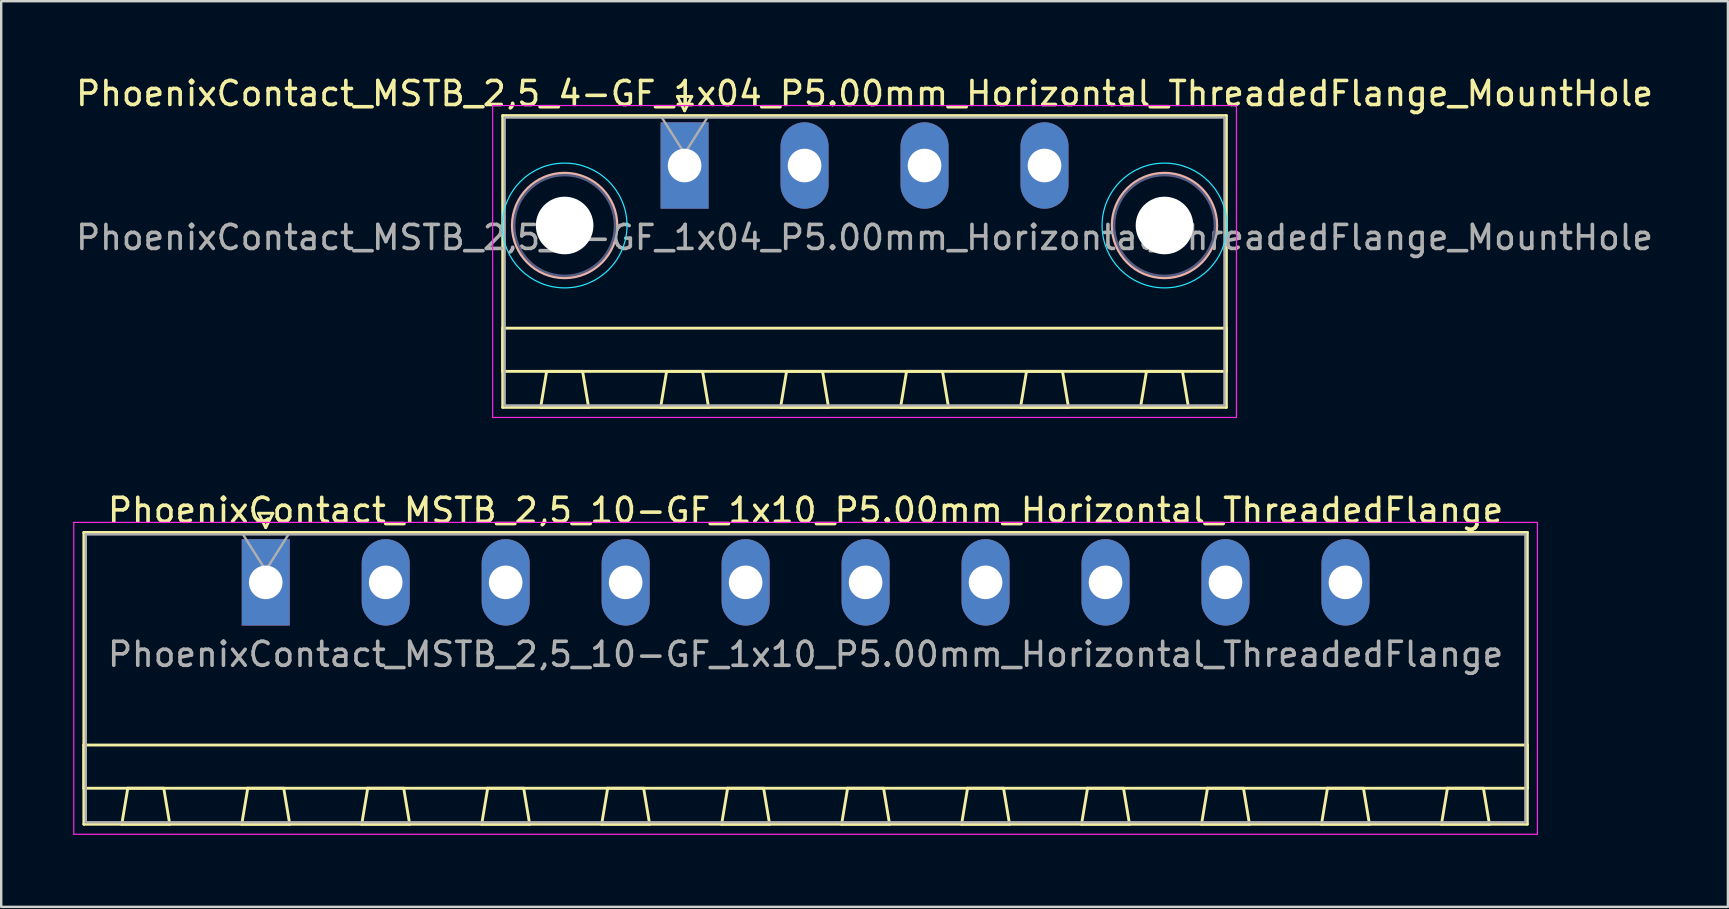
<source format=kicad_pcb>
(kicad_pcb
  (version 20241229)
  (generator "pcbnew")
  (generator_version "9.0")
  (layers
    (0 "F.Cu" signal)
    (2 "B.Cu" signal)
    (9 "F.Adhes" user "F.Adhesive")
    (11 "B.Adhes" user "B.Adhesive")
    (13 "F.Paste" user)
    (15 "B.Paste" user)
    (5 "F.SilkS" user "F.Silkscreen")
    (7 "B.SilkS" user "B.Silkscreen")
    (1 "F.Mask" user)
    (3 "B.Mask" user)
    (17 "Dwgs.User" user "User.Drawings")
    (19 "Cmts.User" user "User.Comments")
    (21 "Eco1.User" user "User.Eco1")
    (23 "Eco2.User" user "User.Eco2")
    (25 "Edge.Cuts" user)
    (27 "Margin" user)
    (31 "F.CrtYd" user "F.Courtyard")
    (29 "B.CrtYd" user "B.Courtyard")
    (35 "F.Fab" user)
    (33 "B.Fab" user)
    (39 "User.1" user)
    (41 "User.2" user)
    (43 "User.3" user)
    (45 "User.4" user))
  (footprint "PhoenixContact_MSTB_2,5_10-GF_1x10_P5.00mm_Horizontal_ThreadedFlange"
    (layer "F.Cu")
    (at 8.025 21.221)
    (property "Reference" "PhoenixContact_MSTB_2,5_10-GF_1x10_P5.00mm_Horizontal_ThreadedFlange" (at 22.5 -3 0) (layer "F.SilkS") (effects (font (size 1 1) (thickness 0.15))))
    (attr through_hole)
    (fp_line (start -7.58 -2.08) (end -7.58 10.08) (stroke (width 0.12) (type solid)) (layer "F.SilkS"))
    (fp_line (start -7.58 6.78) (end 52.58 6.78) (stroke (width 0.12) (type solid)) (layer "F.SilkS"))
    (fp_line (start -7.58 8.58) (end -7.58 6.78) (stroke (width 0.12) (type solid)) (layer "F.SilkS"))
    (fp_line (start -7.58 10.08) (end 52.58 10.08) (stroke (width 0.12) (type solid)) (layer "F.SilkS"))
    (fp_line (start -6 10.08) (end -4 10.08) (stroke (width 0.12) (type solid)) (layer "F.SilkS"))
    (fp_line (start -5.75 8.58) (end -6 10.08) (stroke (width 0.12) (type solid)) (layer "F.SilkS"))
    (fp_line (start -4.25 8.58) (end -5.75 8.58) (stroke (width 0.12) (type solid)) (layer "F.SilkS"))
    (fp_line (start -4 10.08) (end -4.25 8.58) (stroke (width 0.12) (type solid)) (layer "F.SilkS"))
    (fp_line (start -1 10.08) (end 1 10.08) (stroke (width 0.12) (type solid)) (layer "F.SilkS"))
    (fp_line (start -0.75 8.58) (end -1 10.08) (stroke (width 0.12) (type solid)) (layer "F.SilkS"))
    (fp_line (start -0.3 -2.88) (end 0.3 -2.88) (stroke (width 0.12) (type solid)) (layer "F.SilkS"))
    (fp_line (start 0 -2.28) (end -0.3 -2.88) (stroke (width 0.12) (type solid)) (layer "F.SilkS"))
    (fp_line (start 0.3 -2.88) (end 0 -2.28) (stroke (width 0.12) (type solid)) (layer "F.SilkS"))
    (fp_line (start 0.75 8.58) (end -0.75 8.58) (stroke (width 0.12) (type solid)) (layer "F.SilkS"))
    (fp_line (start 1 10.08) (end 0.75 8.58) (stroke (width 0.12) (type solid)) (layer "F.SilkS"))
    (fp_line (start 4 10.08) (end 6 10.08) (stroke (width 0.12) (type solid)) (layer "F.SilkS"))
    (fp_line (start 4.25 8.58) (end 4 10.08) (stroke (width 0.12) (type solid)) (layer "F.SilkS"))
    (fp_line (start 5.75 8.58) (end 4.25 8.58) (stroke (width 0.12) (type solid)) (layer "F.SilkS"))
    (fp_line (start 6 10.08) (end 5.75 8.58) (stroke (width 0.12) (type solid)) (layer "F.SilkS"))
    (fp_line (start 9 10.08) (end 11 10.08) (stroke (width 0.12) (type solid)) (layer "F.SilkS"))
    (fp_line (start 9.25 8.58) (end 9 10.08) (stroke (width 0.12) (type solid)) (layer "F.SilkS"))
    (fp_line (start 10.75 8.58) (end 9.25 8.58) (stroke (width 0.12) (type solid)) (layer "F.SilkS"))
    (fp_line (start 11 10.08) (end 10.75 8.58) (stroke (width 0.12) (type solid)) (layer "F.SilkS"))
    (fp_line (start 14 10.08) (end 16 10.08) (stroke (width 0.12) (type solid)) (layer "F.SilkS"))
    (fp_line (start 14.25 8.58) (end 14 10.08) (stroke (width 0.12) (type solid)) (layer "F.SilkS"))
    (fp_line (start 15.75 8.58) (end 14.25 8.58) (stroke (width 0.12) (type solid)) (layer "F.SilkS"))
    (fp_line (start 16 10.08) (end 15.75 8.58) (stroke (width 0.12) (type solid)) (layer "F.SilkS"))
    (fp_line (start 19 10.08) (end 21 10.08) (stroke (width 0.12) (type solid)) (layer "F.SilkS"))
    (fp_line (start 19.25 8.58) (end 19 10.08) (stroke (width 0.12) (type solid)) (layer "F.SilkS"))
    (fp_line (start 20.75 8.58) (end 19.25 8.58) (stroke (width 0.12) (type solid)) (layer "F.SilkS"))
    (fp_line (start 21 10.08) (end 20.75 8.58) (stroke (width 0.12) (type solid)) (layer "F.SilkS"))
    (fp_line (start 24 10.08) (end 26 10.08) (stroke (width 0.12) (type solid)) (layer "F.SilkS"))
    (fp_line (start 24.25 8.58) (end 24 10.08) (stroke (width 0.12) (type solid)) (layer "F.SilkS"))
    (fp_line (start 25.75 8.58) (end 24.25 8.58) (stroke (width 0.12) (type solid)) (layer "F.SilkS"))
    (fp_line (start 26 10.08) (end 25.75 8.58) (stroke (width 0.12) (type solid)) (layer "F.SilkS"))
    (fp_line (start 29 10.08) (end 31 10.08) (stroke (width 0.12) (type solid)) (layer "F.SilkS"))
    (fp_line (start 29.25 8.58) (end 29 10.08) (stroke (width 0.12) (type solid)) (layer "F.SilkS"))
    (fp_line (start 30.75 8.58) (end 29.25 8.58) (stroke (width 0.12) (type solid)) (layer "F.SilkS"))
    (fp_line (start 31 10.08) (end 30.75 8.58) (stroke (width 0.12) (type solid)) (layer "F.SilkS"))
    (fp_line (start 34 10.08) (end 36 10.08) (stroke (width 0.12) (type solid)) (layer "F.SilkS"))
    (fp_line (start 34.25 8.58) (end 34 10.08) (stroke (width 0.12) (type solid)) (layer "F.SilkS"))
    (fp_line (start 35.75 8.58) (end 34.25 8.58) (stroke (width 0.12) (type solid)) (layer "F.SilkS"))
    (fp_line (start 36 10.08) (end 35.75 8.58) (stroke (width 0.12) (type solid)) (layer "F.SilkS"))
    (fp_line (start 39 10.08) (end 41 10.08) (stroke (width 0.12) (type solid)) (layer "F.SilkS"))
    (fp_line (start 39.25 8.58) (end 39 10.08) (stroke (width 0.12) (type solid)) (layer "F.SilkS"))
    (fp_line (start 40.75 8.58) (end 39.25 8.58) (stroke (width 0.12) (type solid)) (layer "F.SilkS"))
    (fp_line (start 41 10.08) (end 40.75 8.58) (stroke (width 0.12) (type solid)) (layer "F.SilkS"))
    (fp_line (start 44 10.08) (end 46 10.08) (stroke (width 0.12) (type solid)) (layer "F.SilkS"))
    (fp_line (start 44.25 8.58) (end 44 10.08) (stroke (width 0.12) (type solid)) (layer "F.SilkS"))
    (fp_line (start 45.75 8.58) (end 44.25 8.58) (stroke (width 0.12) (type solid)) (layer "F.SilkS"))
    (fp_line (start 46 10.08) (end 45.75 8.58) (stroke (width 0.12) (type solid)) (layer "F.SilkS"))
    (fp_line (start 49 10.08) (end 51 10.08) (stroke (width 0.12) (type solid)) (layer "F.SilkS"))
    (fp_line (start 49.25 8.58) (end 49 10.08) (stroke (width 0.12) (type solid)) (layer "F.SilkS"))
    (fp_line (start 50.75 8.58) (end 49.25 8.58) (stroke (width 0.12) (type solid)) (layer "F.SilkS"))
    (fp_line (start 51 10.08) (end 50.75 8.58) (stroke (width 0.12) (type solid)) (layer "F.SilkS"))
    (fp_line (start 52.58 -2.08) (end -7.58 -2.08) (stroke (width 0.12) (type solid)) (layer "F.SilkS"))
    (fp_line (start 52.58 6.78) (end 52.58 8.58) (stroke (width 0.12) (type solid)) (layer "F.SilkS"))
    (fp_line (start 52.58 8.58) (end -7.58 8.58) (stroke (width 0.12) (type solid)) (layer "F.SilkS"))
    (fp_line (start 52.58 10.08) (end 52.58 -2.08) (stroke (width 0.12) (type solid)) (layer "F.SilkS"))
    (fp_line (start -8 -2.5) (end -8 10.5) (stroke (width 0.05) (type solid)) (layer "F.CrtYd"))
    (fp_line (start -8 10.5) (end 53 10.5) (stroke (width 0.05) (type solid)) (layer "F.CrtYd"))
    (fp_line (start 53 -2.5) (end -8 -2.5) (stroke (width 0.05) (type solid)) (layer "F.CrtYd"))
    (fp_line (start 53 10.5) (end 53 -2.5) (stroke (width 0.05) (type solid)) (layer "F.CrtYd"))
    (fp_line (start -7.5 -2) (end -7.5 10) (stroke (width 0.1) (type solid)) (layer "F.Fab"))
    (fp_line (start -7.5 10) (end 52.5 10) (stroke (width 0.1) (type solid)) (layer "F.Fab"))
    (fp_line (start 0 -0.5) (end -0.95 -2) (stroke (width 0.1) (type solid)) (layer "F.Fab"))
    (fp_line (start 0.95 -2) (end 0 -0.5) (stroke (width 0.1) (type solid)) (layer "F.Fab"))
    (fp_line (start 52.5 -2) (end -7.5 -2) (stroke (width 0.1) (type solid)) (layer "F.Fab"))
    (fp_line (start 52.5 10) (end 52.5 -2) (stroke (width 0.1) (type solid)) (layer "F.Fab"))
    (fp_text user "${REFERENCE}" (at 22.5 3 0) (layer "F.Fab") (effects (font (size 1 1) (thickness 0.15))))
    (pad "1" thru_hole rect (at 0 0) (size 2 3.6) (drill 1.4) (layers "*.Cu" "*.Mask"))
    (pad "2" thru_hole oval (at 5 0) (size 2 3.6) (drill 1.4) (layers "*.Cu" "*.Mask"))
    (pad "3" thru_hole oval (at 10 0) (size 2 3.6) (drill 1.4) (layers "*.Cu" "*.Mask"))
    (pad "4" thru_hole oval (at 15 0) (size 2 3.6) (drill 1.4) (layers "*.Cu" "*.Mask"))
    (pad "5" thru_hole oval (at 20 0) (size 2 3.6) (drill 1.4) (layers "*.Cu" "*.Mask"))
    (pad "6" thru_hole oval (at 25 0) (size 2 3.6) (drill 1.4) (layers "*.Cu" "*.Mask"))
    (pad "7" thru_hole oval (at 30 0) (size 2 3.6) (drill 1.4) (layers "*.Cu" "*.Mask"))
    (pad "8" thru_hole oval (at 35 0) (size 2 3.6) (drill 1.4) (layers "*.Cu" "*.Mask"))
    (pad "9" thru_hole oval (at 40 0) (size 2 3.6) (drill 1.4) (layers "*.Cu" "*.Mask"))
    (pad "10" thru_hole oval (at 45 0) (size 2 3.6) (drill 1.4) (layers "*.Cu" "*.Mask")))
  (footprint "PhoenixContact_MSTB_2,5_4-GF_1x04_P5.00mm_Horizontal_ThreadedFlange_MountHole"
    (layer "F.Cu")
    (at 25.482 3.848)
    (property "Reference" "PhoenixContact_MSTB_2,5_4-GF_1x04_P5.00mm_Horizontal_ThreadedFlange_MountHole" (at 7.5 -3 0) (layer "F.SilkS") (effects (font (size 1 1) (thickness 0.15))))
    (attr through_hole)
    (fp_line (start -7.58 -2.08) (end -7.58 10.08) (stroke (width 0.12) (type solid)) (layer "F.SilkS"))
    (fp_line (start -7.58 6.78) (end 22.58 6.78) (stroke (width 0.12) (type solid)) (layer "F.SilkS"))
    (fp_line (start -7.58 8.58) (end -7.58 6.78) (stroke (width 0.12) (type solid)) (layer "F.SilkS"))
    (fp_line (start -7.58 10.08) (end 22.58 10.08) (stroke (width 0.12) (type solid)) (layer "F.SilkS"))
    (fp_line (start -6 10.08) (end -4 10.08) (stroke (width 0.12) (type solid)) (layer "F.SilkS"))
    (fp_line (start -5.75 8.58) (end -6 10.08) (stroke (width 0.12) (type solid)) (layer "F.SilkS"))
    (fp_line (start -4.25 8.58) (end -5.75 8.58) (stroke (width 0.12) (type solid)) (layer "F.SilkS"))
    (fp_line (start -4 10.08) (end -4.25 8.58) (stroke (width 0.12) (type solid)) (layer "F.SilkS"))
    (fp_line (start -1 10.08) (end 1 10.08) (stroke (width 0.12) (type solid)) (layer "F.SilkS"))
    (fp_line (start -0.75 8.58) (end -1 10.08) (stroke (width 0.12) (type solid)) (layer "F.SilkS"))
    (fp_line (start -0.3 -2.88) (end 0.3 -2.88) (stroke (width 0.12) (type solid)) (layer "F.SilkS"))
    (fp_line (start 0 -2.28) (end -0.3 -2.88) (stroke (width 0.12) (type solid)) (layer "F.SilkS"))
    (fp_line (start 0.3 -2.88) (end 0 -2.28) (stroke (width 0.12) (type solid)) (layer "F.SilkS"))
    (fp_line (start 0.75 8.58) (end -0.75 8.58) (stroke (width 0.12) (type solid)) (layer "F.SilkS"))
    (fp_line (start 1 10.08) (end 0.75 8.58) (stroke (width 0.12) (type solid)) (layer "F.SilkS"))
    (fp_line (start 4 10.08) (end 6 10.08) (stroke (width 0.12) (type solid)) (layer "F.SilkS"))
    (fp_line (start 4.25 8.58) (end 4 10.08) (stroke (width 0.12) (type solid)) (layer "F.SilkS"))
    (fp_line (start 5.75 8.58) (end 4.25 8.58) (stroke (width 0.12) (type solid)) (layer "F.SilkS"))
    (fp_line (start 6 10.08) (end 5.75 8.58) (stroke (width 0.12) (type solid)) (layer "F.SilkS"))
    (fp_line (start 9 10.08) (end 11 10.08) (stroke (width 0.12) (type solid)) (layer "F.SilkS"))
    (fp_line (start 9.25 8.58) (end 9 10.08) (stroke (width 0.12) (type solid)) (layer "F.SilkS"))
    (fp_line (start 10.75 8.58) (end 9.25 8.58) (stroke (width 0.12) (type solid)) (layer "F.SilkS"))
    (fp_line (start 11 10.08) (end 10.75 8.58) (stroke (width 0.12) (type solid)) (layer "F.SilkS"))
    (fp_line (start 14 10.08) (end 16 10.08) (stroke (width 0.12) (type solid)) (layer "F.SilkS"))
    (fp_line (start 14.25 8.58) (end 14 10.08) (stroke (width 0.12) (type solid)) (layer "F.SilkS"))
    (fp_line (start 15.75 8.58) (end 14.25 8.58) (stroke (width 0.12) (type solid)) (layer "F.SilkS"))
    (fp_line (start 16 10.08) (end 15.75 8.58) (stroke (width 0.12) (type solid)) (layer "F.SilkS"))
    (fp_line (start 19 10.08) (end 21 10.08) (stroke (width 0.12) (type solid)) (layer "F.SilkS"))
    (fp_line (start 19.25 8.58) (end 19 10.08) (stroke (width 0.12) (type solid)) (layer "F.SilkS"))
    (fp_line (start 20.75 8.58) (end 19.25 8.58) (stroke (width 0.12) (type solid)) (layer "F.SilkS"))
    (fp_line (start 21 10.08) (end 20.75 8.58) (stroke (width 0.12) (type solid)) (layer "F.SilkS"))
    (fp_line (start 22.58 -2.08) (end -7.58 -2.08) (stroke (width 0.12) (type solid)) (layer "F.SilkS"))
    (fp_line (start 22.58 6.78) (end 22.58 8.58) (stroke (width 0.12) (type solid)) (layer "F.SilkS"))
    (fp_line (start 22.58 8.58) (end -7.58 8.58) (stroke (width 0.12) (type solid)) (layer "F.SilkS"))
    (fp_line (start 22.58 10.08) (end 22.58 -2.08) (stroke (width 0.12) (type solid)) (layer "F.SilkS"))
    (fp_circle (center -5 2.5) (end -2.82 2.5) (stroke (width 0.12) (type solid)) (fill no) (layer "B.SilkS"))
    (fp_circle (center 20 2.5) (end 22.18 2.5) (stroke (width 0.12) (type solid)) (fill no) (layer "B.SilkS"))
    (fp_circle (center -5 2.5) (end -2.4 2.5) (stroke (width 0.05) (type solid)) (fill no) (layer "B.CrtYd"))
    (fp_circle (center 20 2.5) (end 22.6 2.5) (stroke (width 0.05) (type solid)) (fill no) (layer "B.CrtYd"))
    (fp_line (start -8 -2.5) (end -8 10.5) (stroke (width 0.05) (type solid)) (layer "F.CrtYd"))
    (fp_line (start -8 10.5) (end 23 10.5) (stroke (width 0.05) (type solid)) (layer "F.CrtYd"))
    (fp_line (start 23 -2.5) (end -8 -2.5) (stroke (width 0.05) (type solid)) (layer "F.CrtYd"))
    (fp_line (start 23 10.5) (end 23 -2.5) (stroke (width 0.05) (type solid)) (layer "F.CrtYd"))
    (fp_circle (center -5 2.5) (end -2.9 2.5) (stroke (width 0.1) (type solid)) (fill no) (layer "B.Fab"))
    (fp_circle (center 20 2.5) (end 22.1 2.5) (stroke (width 0.1) (type solid)) (fill no) (layer "B.Fab"))
    (fp_line (start -7.5 -2) (end -7.5 10) (stroke (width 0.1) (type solid)) (layer "F.Fab"))
    (fp_line (start -7.5 10) (end 22.5 10) (stroke (width 0.1) (type solid)) (layer "F.Fab"))
    (fp_line (start 0 -0.5) (end -0.95 -2) (stroke (width 0.1) (type solid)) (layer "F.Fab"))
    (fp_line (start 0.95 -2) (end 0 -0.5) (stroke (width 0.1) (type solid)) (layer "F.Fab"))
    (fp_line (start 22.5 -2) (end -7.5 -2) (stroke (width 0.1) (type solid)) (layer "F.Fab"))
    (fp_line (start 22.5 10) (end 22.5 -2) (stroke (width 0.1) (type solid)) (layer "F.Fab"))
    (fp_text user "${REFERENCE}" (at 7.5 3 0) (layer "F.Fab") (effects (font (size 1 1) (thickness 0.15))))
    (pad "" np_thru_hole circle (at -5 2.5) (size 2.4 2.4) (drill 2.4) (layers "*.Cu" "*.Mask"))
    (pad "" np_thru_hole circle (at 20 2.5) (size 2.4 2.4) (drill 2.4) (layers "*.Cu" "*.Mask"))
    (pad "1" thru_hole rect (at 0 0) (size 2 3.6) (drill 1.4) (layers "*.Cu" "*.Mask"))
    (pad "2" thru_hole oval (at 5 0) (size 2 3.6) (drill 1.4) (layers "*.Cu" "*.Mask"))
    (pad "3" thru_hole oval (at 10 0) (size 2 3.6) (drill 1.4) (layers "*.Cu" "*.Mask"))
    (pad "4" thru_hole oval (at 15 0) (size 2 3.6) (drill 1.4) (layers "*.Cu" "*.Mask")))
  (gr_rect
    (start -3 -3)
    (end 68.964 34.746)
    (stroke (width 0.1) (type default))
    (fill no)
    (layer "Edge.Cuts")))
</source>
